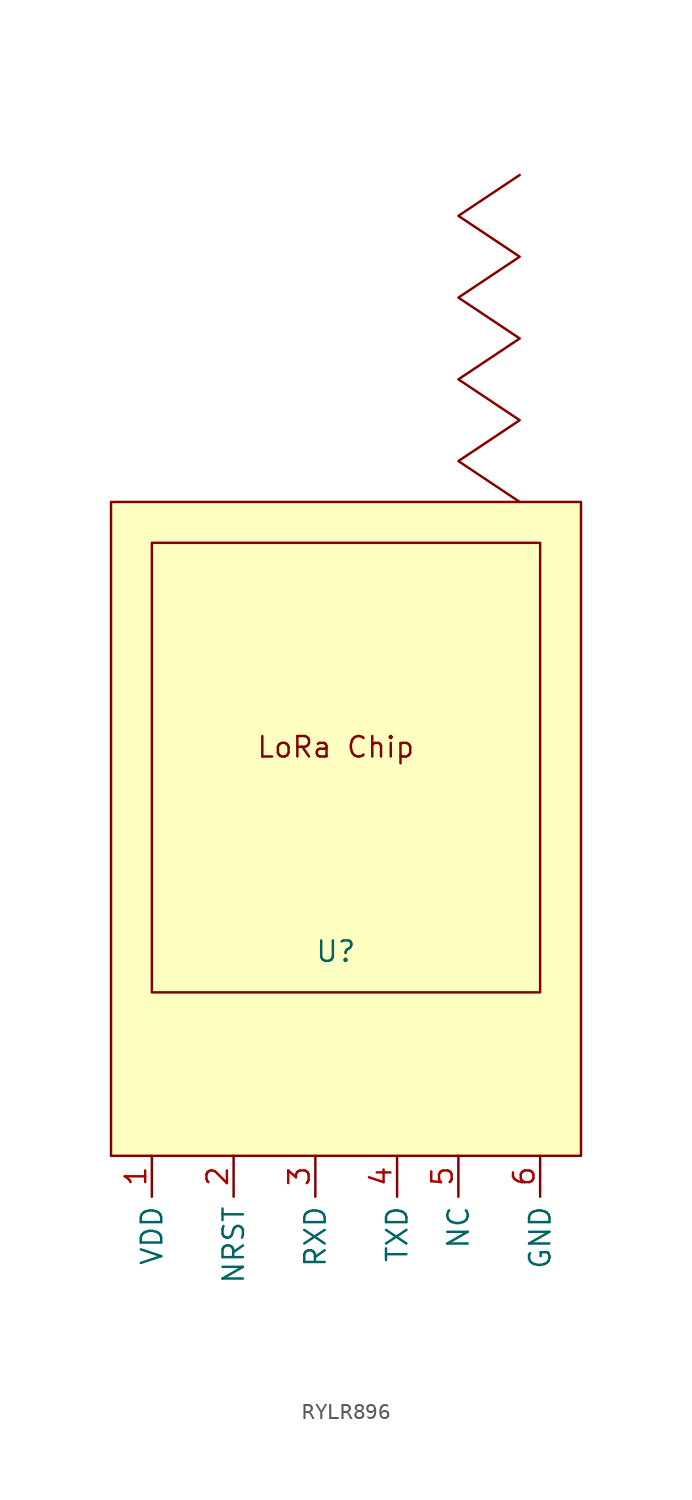
<source format=kicad_sym>
(kicad_symbol_lib
  (version 20220914)
  (generator kicad_symbol_editor)
  (symbol "RYLR896"
    (property "Reference" "U"
      (at 0 0 0)
      (effects (font (size 1.27 1.27))))
    (property "Value" ""
      (at 0 0 0)
      (effects (font (size 1.27 1.27))))
    (symbol "RYLR896_0_1"
      (rectangle (start -13.97 27.94) (end 15.24 -12.7) (stroke (width 0) (type default)) (fill (type background)))
      (rectangle (start -11.43 25.4) (end 12.7 -2.54) (stroke (width 0) (type default)) (fill (type none)))
      (polyline (pts (xy 11.43 27.94) (xy 7.62 30.48) (xy 11.43 33.02) (xy 7.62 35.56) (xy 11.43 38.1) (xy 7.62 40.64) (xy 11.43 43.18) (xy 7.62 45.72) (xy 11.43 48.26)) (stroke (width 0) (type default)) (fill (type none)))
      (text "LoRa Chip" (at 0 12.7 0) (effects (font (size 1.27 1.27)))))
    (symbol "RYLR896_1_1"
      (pin power_in line (at -11.43 -12.7 270) (length 2.54) (name "VDD" (effects (font (size 1.27 1.27)))) (number "1" (effects (font (size 1.27 1.27)))))
      (pin input line (at -6.35 -12.7 270) (length 2.54) (name "NRST" (effects (font (size 1.27 1.27)))) (number "2" (effects (font (size 1.27 1.27)))))
      (pin input line (at -1.27 -12.7 270) (length 2.54) (name "RXD" (effects (font (size 1.27 1.27)))) (number "3" (effects (font (size 1.27 1.27)))))
      (pin output line (at 3.81 -12.7 270) (length 2.54) (name "TXD" (effects (font (size 1.27 1.27)))) (number "4" (effects (font (size 1.27 1.27)))))
      (pin free line (at 7.62 -12.7 270) (length 2.54) (name "NC" (effects (font (size 1.27 1.27)))) (number "5" (effects (font (size 1.27 1.27)))))
      (pin power_out line (at 12.7 -12.7 270) (length 2.54) (name "GND" (effects (font (size 1.27 1.27)))) (number "6" (effects (font (size 1.27 1.27))))))))
</source>
